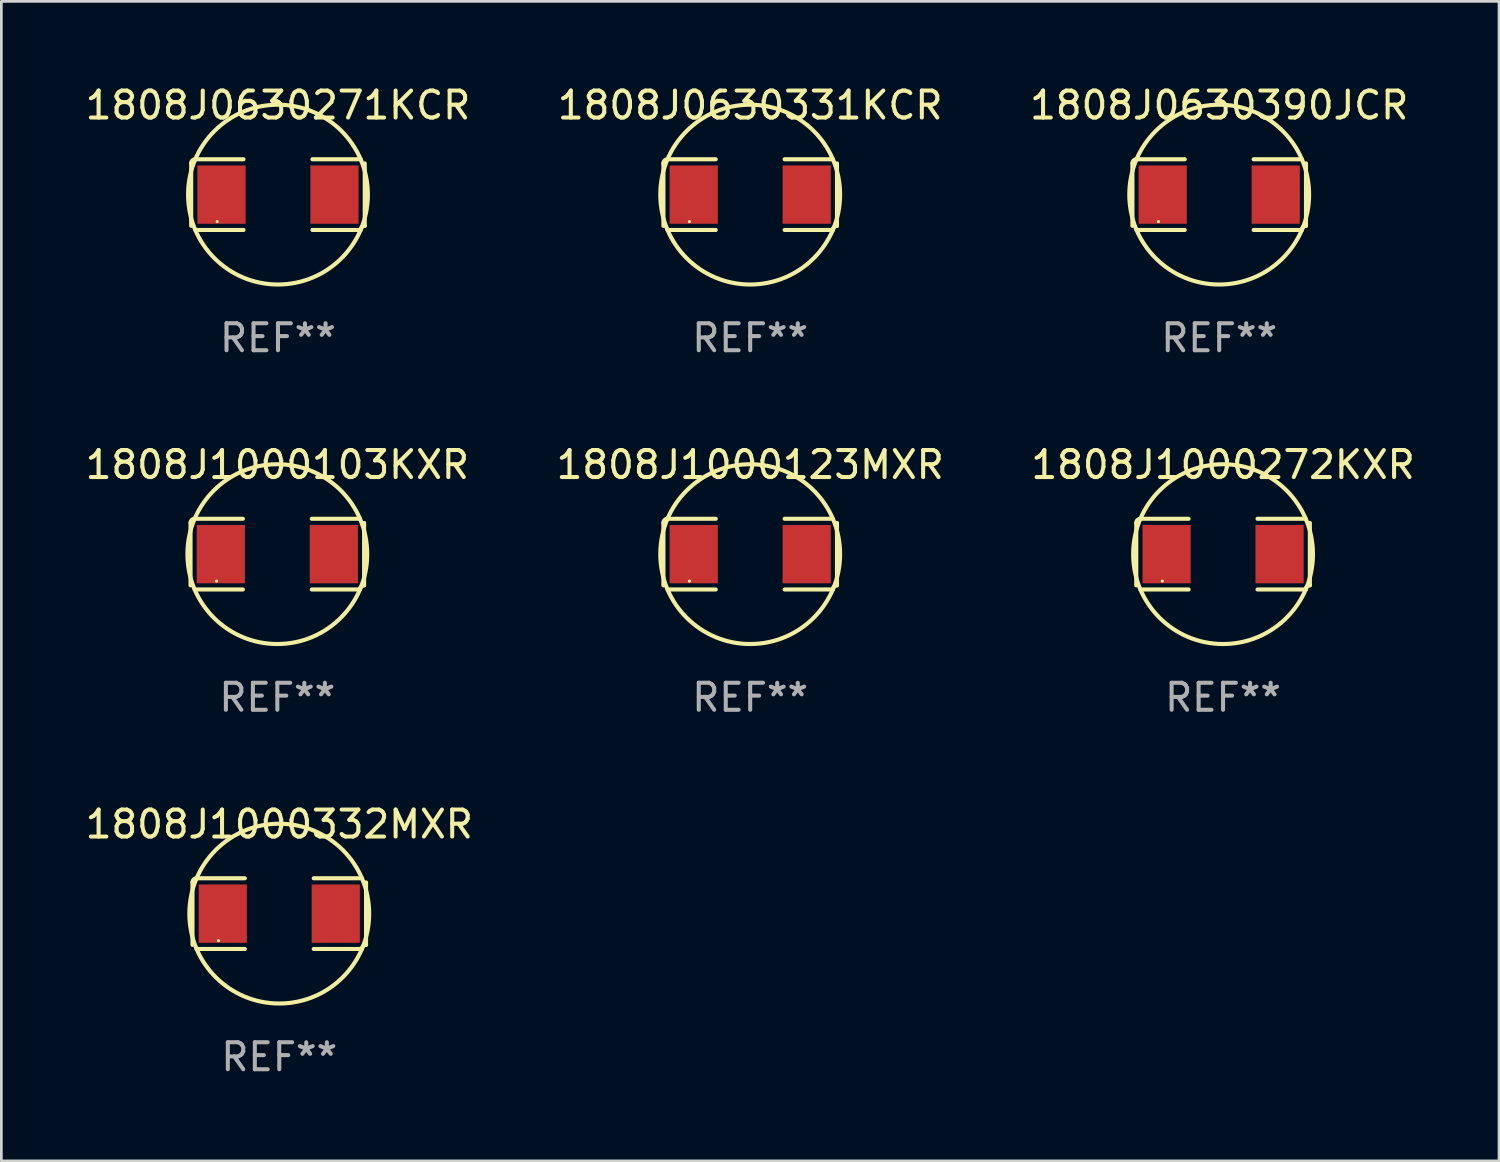
<source format=kicad_pcb>
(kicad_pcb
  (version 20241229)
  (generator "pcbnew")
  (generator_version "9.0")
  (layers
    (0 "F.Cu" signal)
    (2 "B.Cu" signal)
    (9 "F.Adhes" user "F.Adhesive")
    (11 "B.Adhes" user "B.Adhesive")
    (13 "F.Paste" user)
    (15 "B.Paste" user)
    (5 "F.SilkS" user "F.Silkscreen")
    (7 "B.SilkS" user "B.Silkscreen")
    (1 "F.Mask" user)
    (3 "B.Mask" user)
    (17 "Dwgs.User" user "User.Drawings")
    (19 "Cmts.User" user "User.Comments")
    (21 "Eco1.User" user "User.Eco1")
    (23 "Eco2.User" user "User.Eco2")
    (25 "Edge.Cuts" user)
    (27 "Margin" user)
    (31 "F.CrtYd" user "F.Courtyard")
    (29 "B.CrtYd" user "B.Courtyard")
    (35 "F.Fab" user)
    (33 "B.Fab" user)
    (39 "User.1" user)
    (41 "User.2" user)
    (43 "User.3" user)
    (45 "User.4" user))
  (footprint "1808J0630390JCR"
    (layer "F.Cu")
    (at 42.101 4.157)
    (property "Reference" "1808J0630390JCR" (at 0 -3.309 0) (layer "F.SilkS") (effects (font (size 1 1) (thickness 0.15))))
    (attr through_hole)
    (fp_line (start -3.214 -1.156) (end -3.214 1.156) (stroke (width 0.152) (type solid)) (layer "F.SilkS"))
    (fp_line (start -3.061 1.309) (end -1.276 1.309) (stroke (width 0.152) (type solid)) (layer "F.SilkS"))
    (fp_line (start -1.276 -1.309) (end -3.061 -1.309) (stroke (width 0.152) (type solid)) (layer "F.SilkS"))
    (fp_line (start 1.276 -1.309) (end 3.061 -1.309) (stroke (width 0.152) (type solid)) (layer "F.SilkS"))
    (fp_line (start 3.061 1.309) (end 1.276 1.309) (stroke (width 0.152) (type solid)) (layer "F.SilkS"))
    (fp_line (start 3.214 -1.156) (end 3.214 1.156) (stroke (width 0.152) (type solid)) (layer "F.SilkS"))
    (fp_arc (start -3.21359 -1.15621) (mid -3.168953 -1.263974) (end -3.061189 -1.308611) (stroke (width 0.1524) (type solid)) (layer "F.SilkS"))
    (fp_arc (start 3.061188 1.308611) (mid 3.105825 1.200847) (end 3.213589 1.15621) (stroke (width 0.1524) (type solid)) (layer "F.SilkS"))
    (fp_arc (start 3.061189 -1.308611) (mid -3.061167 1.308589) (end 3.061189 -1.308611) (stroke (width 0.1524) (type solid)) (layer "F.SilkS"))
    (fp_circle (center -2.25 1) (end -2.22 1) (stroke (width 0.06) (type solid)) (fill no) (layer "F.SilkS"))
    (fp_text user "REF**" (at 0 5.309 0) (layer "F.Fab") (effects (font (size 1 1) (thickness 0.15))))
    (pad "1" smd rect (at -2.092 0) (size 1.785 2.16) (layers "F.Cu" "F.Mask" "F.Paste"))
    (pad "2" smd rect (at 2.092 0) (size 1.785 2.16) (layers "F.Cu" "F.Mask" "F.Paste")))
  (footprint "1808J1000332MXR"
    (layer "F.Cu")
    (at 7.292 30.784)
    (property "Reference" "1808J1000332MXR" (at 0 -3.309 0) (layer "F.SilkS") (effects (font (size 1 1) (thickness 0.15))))
    (attr through_hole)
    (fp_line (start -3.214 -1.156) (end -3.214 1.156) (stroke (width 0.152) (type solid)) (layer "F.SilkS"))
    (fp_line (start -3.061 1.309) (end -1.276 1.309) (stroke (width 0.152) (type solid)) (layer "F.SilkS"))
    (fp_line (start -1.276 -1.309) (end -3.061 -1.309) (stroke (width 0.152) (type solid)) (layer "F.SilkS"))
    (fp_line (start 1.276 -1.309) (end 3.061 -1.309) (stroke (width 0.152) (type solid)) (layer "F.SilkS"))
    (fp_line (start 3.061 1.309) (end 1.276 1.309) (stroke (width 0.152) (type solid)) (layer "F.SilkS"))
    (fp_line (start 3.214 -1.156) (end 3.214 1.156) (stroke (width 0.152) (type solid)) (layer "F.SilkS"))
    (fp_arc (start -3.21359 -1.15621) (mid -3.168953 -1.263974) (end -3.061189 -1.308611) (stroke (width 0.1524) (type solid)) (layer "F.SilkS"))
    (fp_arc (start 3.061188 1.308611) (mid 3.105825 1.200847) (end 3.213589 1.15621) (stroke (width 0.1524) (type solid)) (layer "F.SilkS"))
    (fp_arc (start 3.061189 -1.308611) (mid -3.061167 1.308589) (end 3.061189 -1.308611) (stroke (width 0.1524) (type solid)) (layer "F.SilkS"))
    (fp_circle (center -2.25 1) (end -2.22 1) (stroke (width 0.06) (type solid)) (fill no) (layer "F.SilkS"))
    (fp_text user "REF**" (at 0 5.309 0) (layer "F.Fab") (effects (font (size 1 1) (thickness 0.15))))
    (pad "1" smd rect (at -2.092 0) (size 1.785 2.16) (layers "F.Cu" "F.Mask" "F.Paste"))
    (pad "2" smd rect (at 2.092 0) (size 1.785 2.16) (layers "F.Cu" "F.Mask" "F.Paste")))
  (footprint "1808J1000272KXR"
    (layer "F.Cu")
    (at 42.244 17.471)
    (property "Reference" "1808J1000272KXR" (at 0 -3.309 0) (layer "F.SilkS") (effects (font (size 1 1) (thickness 0.15))))
    (attr through_hole)
    (fp_line (start -3.214 -1.156) (end -3.214 1.156) (stroke (width 0.152) (type solid)) (layer "F.SilkS"))
    (fp_line (start -3.061 1.309) (end -1.276 1.309) (stroke (width 0.152) (type solid)) (layer "F.SilkS"))
    (fp_line (start -1.276 -1.309) (end -3.061 -1.309) (stroke (width 0.152) (type solid)) (layer "F.SilkS"))
    (fp_line (start 1.276 -1.309) (end 3.061 -1.309) (stroke (width 0.152) (type solid)) (layer "F.SilkS"))
    (fp_line (start 3.061 1.309) (end 1.276 1.309) (stroke (width 0.152) (type solid)) (layer "F.SilkS"))
    (fp_line (start 3.214 -1.156) (end 3.214 1.156) (stroke (width 0.152) (type solid)) (layer "F.SilkS"))
    (fp_arc (start -3.21359 -1.15621) (mid -3.168953 -1.263974) (end -3.061189 -1.308611) (stroke (width 0.1524) (type solid)) (layer "F.SilkS"))
    (fp_arc (start 3.061188 1.308611) (mid 3.105825 1.200847) (end 3.213589 1.15621) (stroke (width 0.1524) (type solid)) (layer "F.SilkS"))
    (fp_arc (start 3.061189 -1.308611) (mid -3.061167 1.308589) (end 3.061189 -1.308611) (stroke (width 0.1524) (type solid)) (layer "F.SilkS"))
    (fp_circle (center -2.25 1) (end -2.22 1) (stroke (width 0.06) (type solid)) (fill no) (layer "F.SilkS"))
    (fp_text user "REF**" (at 0 5.309 0) (layer "F.Fab") (effects (font (size 1 1) (thickness 0.15))))
    (pad "1" smd rect (at -2.092 0) (size 1.785 2.16) (layers "F.Cu" "F.Mask" "F.Paste"))
    (pad "2" smd rect (at 2.092 0) (size 1.785 2.16) (layers "F.Cu" "F.Mask" "F.Paste")))
  (footprint "1808J1000123MXR"
    (layer "F.Cu")
    (at 24.732 17.471)
    (property "Reference" "1808J1000123MXR" (at 0 -3.309 0) (layer "F.SilkS") (effects (font (size 1 1) (thickness 0.15))))
    (attr through_hole)
    (fp_line (start -3.214 -1.156) (end -3.214 1.156) (stroke (width 0.152) (type solid)) (layer "F.SilkS"))
    (fp_line (start -3.061 1.309) (end -1.276 1.309) (stroke (width 0.152) (type solid)) (layer "F.SilkS"))
    (fp_line (start -1.276 -1.309) (end -3.061 -1.309) (stroke (width 0.152) (type solid)) (layer "F.SilkS"))
    (fp_line (start 1.276 -1.309) (end 3.061 -1.309) (stroke (width 0.152) (type solid)) (layer "F.SilkS"))
    (fp_line (start 3.061 1.309) (end 1.276 1.309) (stroke (width 0.152) (type solid)) (layer "F.SilkS"))
    (fp_line (start 3.214 -1.156) (end 3.214 1.156) (stroke (width 0.152) (type solid)) (layer "F.SilkS"))
    (fp_arc (start -3.21359 -1.15621) (mid -3.168953 -1.263974) (end -3.061189 -1.308611) (stroke (width 0.1524) (type solid)) (layer "F.SilkS"))
    (fp_arc (start 3.061188 1.308611) (mid 3.105825 1.200847) (end 3.213589 1.15621) (stroke (width 0.1524) (type solid)) (layer "F.SilkS"))
    (fp_arc (start 3.061189 -1.308611) (mid -3.061167 1.308589) (end 3.061189 -1.308611) (stroke (width 0.1524) (type solid)) (layer "F.SilkS"))
    (fp_circle (center -2.25 1) (end -2.22 1) (stroke (width 0.06) (type solid)) (fill no) (layer "F.SilkS"))
    (fp_text user "REF**" (at 0 5.309 0) (layer "F.Fab") (effects (font (size 1 1) (thickness 0.15))))
    (pad "1" smd rect (at -2.092 0) (size 1.785 2.16) (layers "F.Cu" "F.Mask" "F.Paste"))
    (pad "2" smd rect (at 2.092 0) (size 1.785 2.16) (layers "F.Cu" "F.Mask" "F.Paste")))
  (footprint "1808J1000103KXR"
    (layer "F.Cu")
    (at 7.22 17.471)
    (property "Reference" "1808J1000103KXR" (at 0 -3.309 0) (layer "F.SilkS") (effects (font (size 1 1) (thickness 0.15))))
    (attr through_hole)
    (fp_line (start -3.214 -1.156) (end -3.214 1.156) (stroke (width 0.152) (type solid)) (layer "F.SilkS"))
    (fp_line (start -3.061 1.309) (end -1.276 1.309) (stroke (width 0.152) (type solid)) (layer "F.SilkS"))
    (fp_line (start -1.276 -1.309) (end -3.061 -1.309) (stroke (width 0.152) (type solid)) (layer "F.SilkS"))
    (fp_line (start 1.276 -1.309) (end 3.061 -1.309) (stroke (width 0.152) (type solid)) (layer "F.SilkS"))
    (fp_line (start 3.061 1.309) (end 1.276 1.309) (stroke (width 0.152) (type solid)) (layer "F.SilkS"))
    (fp_line (start 3.214 -1.156) (end 3.214 1.156) (stroke (width 0.152) (type solid)) (layer "F.SilkS"))
    (fp_arc (start -3.21359 -1.15621) (mid -3.168953 -1.263974) (end -3.061189 -1.308611) (stroke (width 0.1524) (type solid)) (layer "F.SilkS"))
    (fp_arc (start 3.061188 1.308611) (mid 3.105825 1.200847) (end 3.213589 1.15621) (stroke (width 0.1524) (type solid)) (layer "F.SilkS"))
    (fp_arc (start 3.061189 -1.308611) (mid -3.061167 1.308589) (end 3.061189 -1.308611) (stroke (width 0.1524) (type solid)) (layer "F.SilkS"))
    (fp_circle (center -2.25 1) (end -2.22 1) (stroke (width 0.06) (type solid)) (fill no) (layer "F.SilkS"))
    (fp_text user "REF**" (at 0 5.309 0) (layer "F.Fab") (effects (font (size 1 1) (thickness 0.15))))
    (pad "1" smd rect (at -2.092 0) (size 1.785 2.16) (layers "F.Cu" "F.Mask" "F.Paste"))
    (pad "2" smd rect (at 2.092 0) (size 1.785 2.16) (layers "F.Cu" "F.Mask" "F.Paste")))
  (footprint "1808J0630271KCR"
    (layer "F.Cu")
    (at 7.244 4.157)
    (property "Reference" "1808J0630271KCR" (at 0 -3.309 0) (layer "F.SilkS") (effects (font (size 1 1) (thickness 0.15))))
    (attr through_hole)
    (fp_line (start -3.214 -1.156) (end -3.214 1.156) (stroke (width 0.152) (type solid)) (layer "F.SilkS"))
    (fp_line (start -3.061 1.309) (end -1.276 1.309) (stroke (width 0.152) (type solid)) (layer "F.SilkS"))
    (fp_line (start -1.276 -1.309) (end -3.061 -1.309) (stroke (width 0.152) (type solid)) (layer "F.SilkS"))
    (fp_line (start 1.276 -1.309) (end 3.061 -1.309) (stroke (width 0.152) (type solid)) (layer "F.SilkS"))
    (fp_line (start 3.061 1.309) (end 1.276 1.309) (stroke (width 0.152) (type solid)) (layer "F.SilkS"))
    (fp_line (start 3.214 -1.156) (end 3.214 1.156) (stroke (width 0.152) (type solid)) (layer "F.SilkS"))
    (fp_arc (start -3.21359 -1.15621) (mid -3.168953 -1.263974) (end -3.061189 -1.308611) (stroke (width 0.1524) (type solid)) (layer "F.SilkS"))
    (fp_arc (start 3.061188 1.308611) (mid 3.105825 1.200847) (end 3.213589 1.15621) (stroke (width 0.1524) (type solid)) (layer "F.SilkS"))
    (fp_arc (start 3.061189 -1.308611) (mid -3.061167 1.308589) (end 3.061189 -1.308611) (stroke (width 0.1524) (type solid)) (layer "F.SilkS"))
    (fp_circle (center -2.25 1) (end -2.22 1) (stroke (width 0.06) (type solid)) (fill no) (layer "F.SilkS"))
    (fp_text user "REF**" (at 0 5.309 0) (layer "F.Fab") (effects (font (size 1 1) (thickness 0.15))))
    (pad "1" smd rect (at -2.092 0) (size 1.785 2.16) (layers "F.Cu" "F.Mask" "F.Paste"))
    (pad "2" smd rect (at 2.092 0) (size 1.785 2.16) (layers "F.Cu" "F.Mask" "F.Paste")))
  (footprint "1808J0630331KCR"
    (layer "F.Cu")
    (at 24.732 4.157)
    (property "Reference" "1808J0630331KCR" (at 0 -3.309 0) (layer "F.SilkS") (effects (font (size 1 1) (thickness 0.15))))
    (attr through_hole)
    (fp_line (start -3.214 -1.156) (end -3.214 1.156) (stroke (width 0.152) (type solid)) (layer "F.SilkS"))
    (fp_line (start -3.061 1.309) (end -1.276 1.309) (stroke (width 0.152) (type solid)) (layer "F.SilkS"))
    (fp_line (start -1.276 -1.309) (end -3.061 -1.309) (stroke (width 0.152) (type solid)) (layer "F.SilkS"))
    (fp_line (start 1.276 -1.309) (end 3.061 -1.309) (stroke (width 0.152) (type solid)) (layer "F.SilkS"))
    (fp_line (start 3.061 1.309) (end 1.276 1.309) (stroke (width 0.152) (type solid)) (layer "F.SilkS"))
    (fp_line (start 3.214 -1.156) (end 3.214 1.156) (stroke (width 0.152) (type solid)) (layer "F.SilkS"))
    (fp_arc (start -3.21359 -1.15621) (mid -3.168953 -1.263974) (end -3.061189 -1.308611) (stroke (width 0.1524) (type solid)) (layer "F.SilkS"))
    (fp_arc (start 3.061188 1.308611) (mid 3.105825 1.200847) (end 3.213589 1.15621) (stroke (width 0.1524) (type solid)) (layer "F.SilkS"))
    (fp_arc (start 3.061189 -1.308611) (mid -3.061167 1.308589) (end 3.061189 -1.308611) (stroke (width 0.1524) (type solid)) (layer "F.SilkS"))
    (fp_circle (center -2.25 1) (end -2.22 1) (stroke (width 0.06) (type solid)) (fill no) (layer "F.SilkS"))
    (fp_text user "REF**" (at 0 5.309 0) (layer "F.Fab") (effects (font (size 1 1) (thickness 0.15))))
    (pad "1" smd rect (at -2.092 0) (size 1.785 2.16) (layers "F.Cu" "F.Mask" "F.Paste"))
    (pad "2" smd rect (at 2.092 0) (size 1.785 2.16) (layers "F.Cu" "F.Mask" "F.Paste")))
  (gr_rect
    (start -3 -3)
    (end 52.464 39.941)
    (stroke (width 0.1) (type default))
    (fill no)
    (layer "Edge.Cuts")))
</source>
